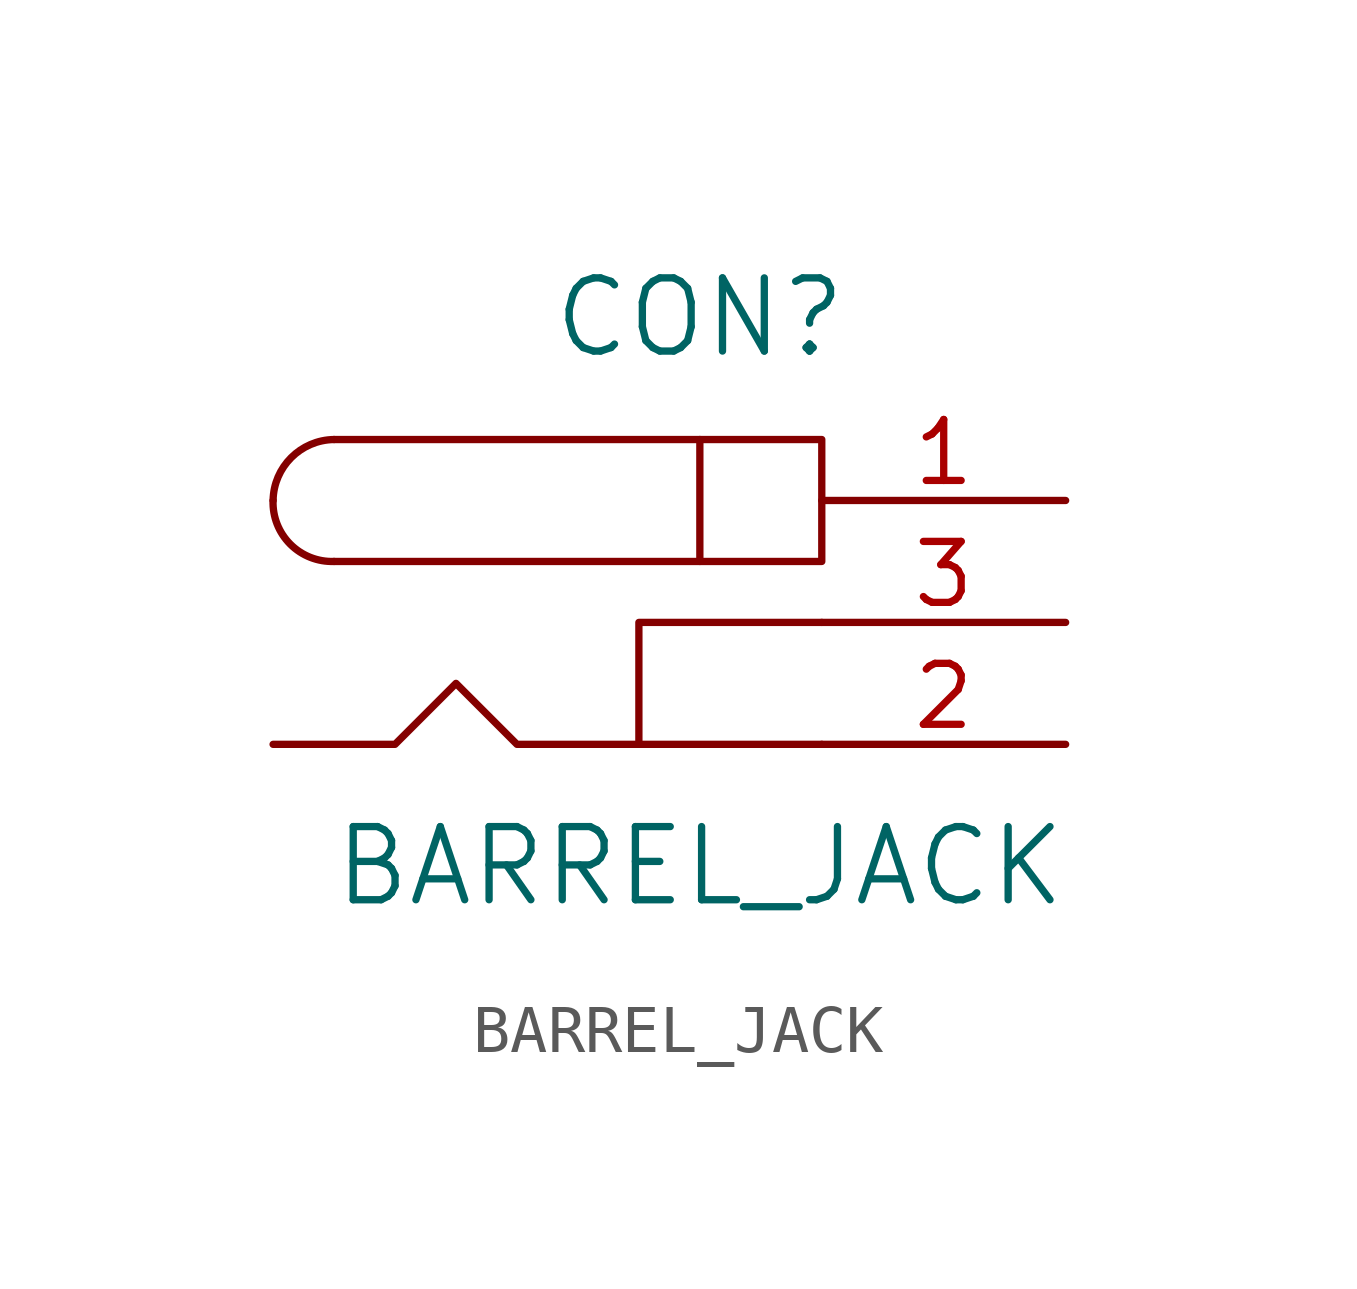
<source format=kicad_sym>
(kicad_symbol_lib
  (version 20211014)
  (generator kicad_symbol_editor)
  (symbol "BARREL_JACK"
    (pin_names
      (offset 1.016))
    (property "Reference" "CON"
      (at 0 6.35 0)
      (effects (font (size 1.524 1.524))))
    (property "Value" "BARREL_JACK"
      (at 0 -5.08 0)
      (effects (font (size 1.524 1.524))))
    (property "Footprint" ""
      (at 0 0 0)
      (effects (font (size 1.524 1.524))))
    (property "Datasheet" ""
      (at 0 0 0)
      (effects (font (size 1.524 1.524))))
    (symbol "BARREL_JACK_0_1"
      (arc (start -8.89 2.54) (mid -8.5271 1.6254) (end -7.62 1.27) (stroke (width 0) (type default) (color 0 0 0 0)) (fill (type none)))
      (arc (start -7.62 3.81) (mid -8.5088 3.4366) (end -8.89 2.54) (stroke (width 0) (type default) (color 0 0 0 0)) (fill (type none)))
      (polyline (pts (xy -7.62 1.27) (xy 0 1.27)) (stroke (width 0) (type default) (color 0 0 0 0)) (fill (type none)))
      (polyline (pts (xy 0 3.81) (xy -7.62 3.81)) (stroke (width 0) (type default) (color 0 0 0 0)) (fill (type none)))
      (polyline (pts (xy 2.54 0) (xy -1.27 0) (xy -1.27 -2.54)) (stroke (width 0) (type default) (color 0 0 0 0)) (fill (type none)))
      (polyline (pts (xy 2.54 -2.54) (xy -3.81 -2.54) (xy -5.08 -1.27) (xy -6.35 -2.54) (xy -8.89 -2.54)) (stroke (width 0) (type default) (color 0 0 0 0)) (fill (type none)))
      (rectangle (start 2.54 3.81) (end 0 1.27) (stroke (width 0) (type default) (color 0 0 0 0)) (fill (type none))))
    (symbol "BARREL_JACK_1_1"
      (pin passive line (at 7.62 2.54 180) (length 5.08) (name "~" (effects (font (size 1.27 1.27)))) (number "1" (effects (font (size 1.27 1.27)))))
      (pin passive line (at 7.62 -2.54 180) (length 5.08) (name "~" (effects (font (size 1.27 1.27)))) (number "2" (effects (font (size 1.27 1.27)))))
      (pin passive line (at 7.62 0 180) (length 5.08) (name "~" (effects (font (size 1.27 1.27)))) (number "3" (effects (font (size 1.27 1.27))))))))
</source>
